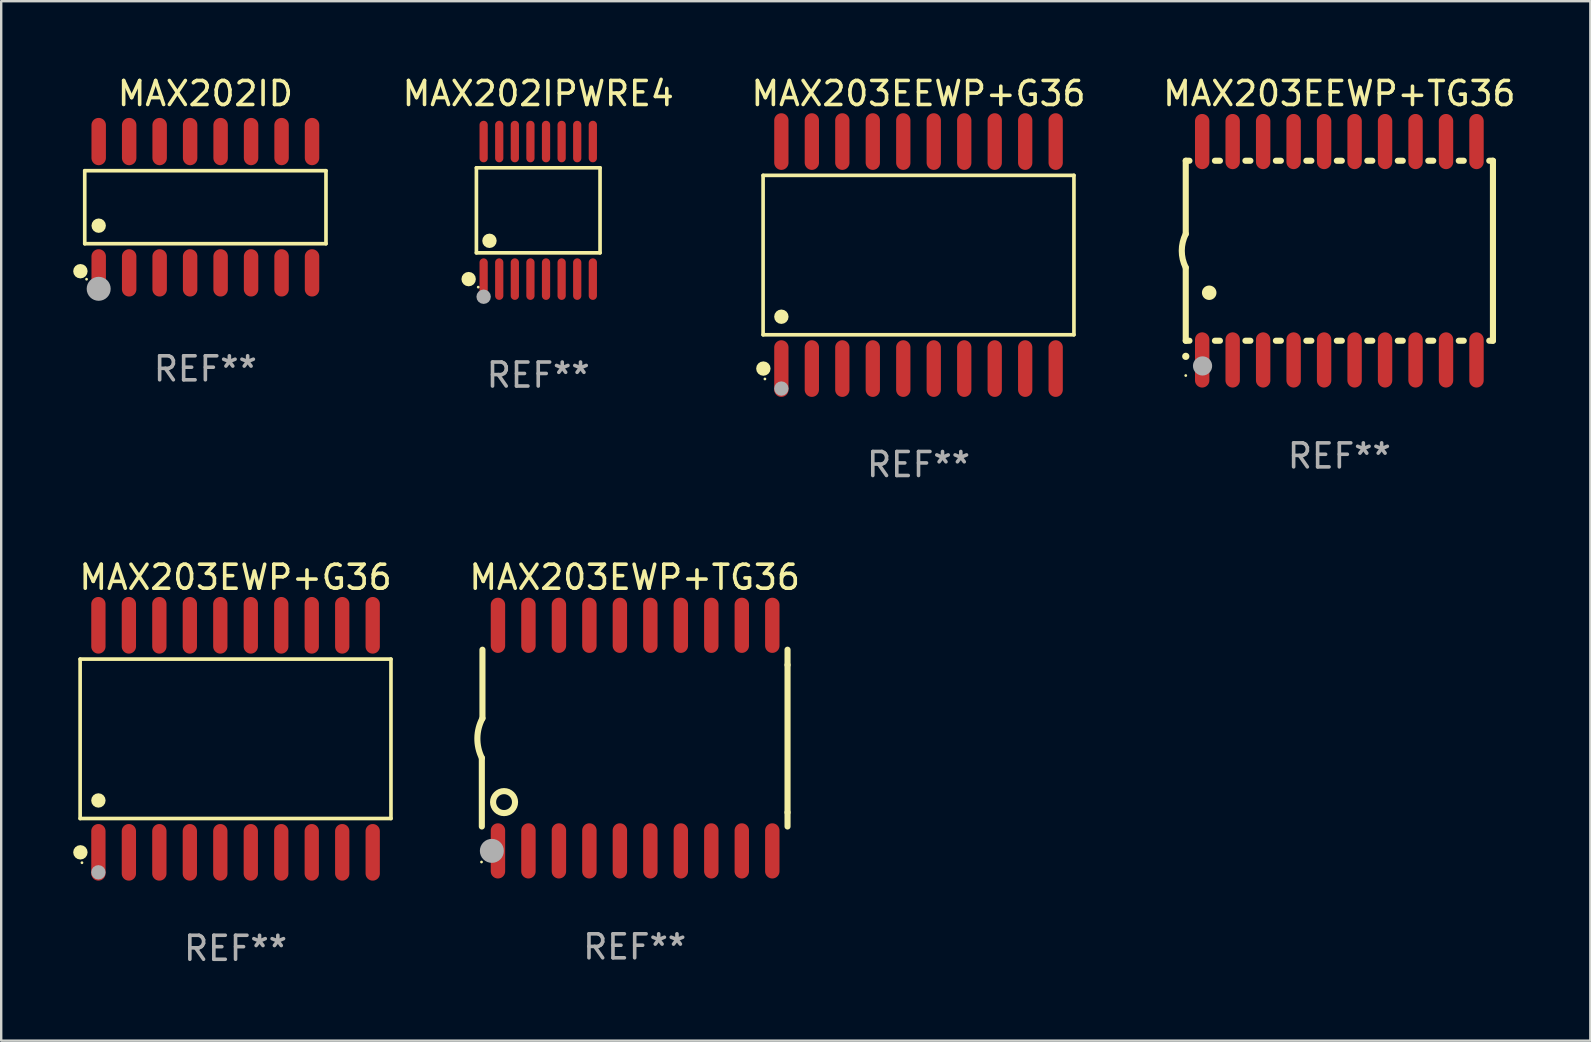
<source format=kicad_pcb>
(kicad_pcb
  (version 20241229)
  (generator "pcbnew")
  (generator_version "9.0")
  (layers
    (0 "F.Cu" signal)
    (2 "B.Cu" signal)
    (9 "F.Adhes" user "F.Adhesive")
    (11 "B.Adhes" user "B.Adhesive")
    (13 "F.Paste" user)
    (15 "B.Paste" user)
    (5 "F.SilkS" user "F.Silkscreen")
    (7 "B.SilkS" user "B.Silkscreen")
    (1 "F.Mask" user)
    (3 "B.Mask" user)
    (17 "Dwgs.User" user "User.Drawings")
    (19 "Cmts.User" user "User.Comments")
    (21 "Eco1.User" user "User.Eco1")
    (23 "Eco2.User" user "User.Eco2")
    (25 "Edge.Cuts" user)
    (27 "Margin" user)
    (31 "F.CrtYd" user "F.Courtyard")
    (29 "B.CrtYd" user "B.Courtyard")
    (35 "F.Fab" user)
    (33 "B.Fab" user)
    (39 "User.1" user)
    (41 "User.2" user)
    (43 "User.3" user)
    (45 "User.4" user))
  (footprint "MAX202ID"
    (layer "F.Cu")
    (at 5.507 5.584)
    (property "Reference" "MAX202ID" (at 0 -4.736 0) (layer "F.SilkS") (effects (font (size 1 1) (thickness 0.15))))
    (attr through_hole)
    (fp_line (start -5.026 -1.521) (end 5.026 -1.521) (stroke (width 0.152) (type solid)) (layer "F.SilkS"))
    (fp_line (start -5.026 1.521) (end -5.026 -1.521) (stroke (width 0.152) (type solid)) (layer "F.SilkS"))
    (fp_line (start 5.026 -1.521) (end 5.026 1.521) (stroke (width 0.152) (type solid)) (layer "F.SilkS"))
    (fp_line (start 5.026 1.521) (end -5.026 1.521) (stroke (width 0.152) (type solid)) (layer "F.SilkS"))
    (fp_circle (center -5.207 2.667) (end -5.057 2.667) (stroke (width 0.3) (type solid)) (fill no) (layer "F.SilkS"))
    (fp_circle (center -4.95 3) (end -4.92 3) (stroke (width 0.06) (type solid)) (fill no) (layer "F.SilkS"))
    (fp_circle (center -4.445 0.769) (end -4.295 0.769) (stroke (width 0.3) (type solid)) (fill no) (layer "F.SilkS"))
    (fp_circle (center -4.445 3.4) (end -4.195 3.4) (stroke (width 0.5) (type solid)) (fill no) (layer "F.Fab"))
    (fp_text user "REF**" (at 0 6.736 0) (layer "F.Fab") (effects (font (size 1 1) (thickness 0.15))))
    (pad "1" smd oval (at -4.445 2.736) (size 0.602 1.971) (layers "F.Cu" "F.Mask" "F.Paste"))
    (pad "2" smd oval (at -3.175 2.736) (size 0.602 1.971) (layers "F.Cu" "F.Mask" "F.Paste"))
    (pad "3" smd oval (at -1.905 2.736) (size 0.602 1.971) (layers "F.Cu" "F.Mask" "F.Paste"))
    (pad "4" smd oval (at -0.635 2.736) (size 0.602 1.971) (layers "F.Cu" "F.Mask" "F.Paste"))
    (pad "5" smd oval (at 0.635 2.736) (size 0.602 1.971) (layers "F.Cu" "F.Mask" "F.Paste"))
    (pad "6" smd oval (at 1.905 2.736) (size 0.602 1.971) (layers "F.Cu" "F.Mask" "F.Paste"))
    (pad "7" smd oval (at 3.175 2.736) (size 0.602 1.971) (layers "F.Cu" "F.Mask" "F.Paste"))
    (pad "8" smd oval (at 4.445 2.736) (size 0.602 1.971) (layers "F.Cu" "F.Mask" "F.Paste"))
    (pad "9" smd oval (at 4.445 -2.736) (size 0.602 1.971) (layers "F.Cu" "F.Mask" "F.Paste"))
    (pad "10" smd oval (at 3.175 -2.736) (size 0.602 1.971) (layers "F.Cu" "F.Mask" "F.Paste"))
    (pad "11" smd oval (at 1.905 -2.736) (size 0.602 1.971) (layers "F.Cu" "F.Mask" "F.Paste"))
    (pad "12" smd oval (at 0.635 -2.736) (size 0.602 1.971) (layers "F.Cu" "F.Mask" "F.Paste"))
    (pad "13" smd oval (at -0.635 -2.736) (size 0.602 1.971) (layers "F.Cu" "F.Mask" "F.Paste"))
    (pad "14" smd oval (at -1.905 -2.736) (size 0.602 1.971) (layers "F.Cu" "F.Mask" "F.Paste"))
    (pad "15" smd oval (at -3.175 -2.736) (size 0.602 1.971) (layers "F.Cu" "F.Mask" "F.Paste"))
    (pad "16" smd oval (at -4.445 -2.736) (size 0.602 1.971) (layers "F.Cu" "F.Mask" "F.Paste")))
  (footprint "MAX203EWP+TG36"
    (layer "F.Cu")
    (at 23.396 27.705)
    (property "Reference" "MAX203EWP+TG36" (at 0 -6.7 0) (layer "F.SilkS") (effects (font (size 1 1) (thickness 0.15))))
    (attr through_hole)
    (fp_line (start -6.369 0.826) (end -6.369 3.683) (stroke (width 0.254) (type solid)) (layer "F.SilkS"))
    (fp_line (start -6.343 -0.825) (end -6.343 -3.683) (stroke (width 0.254) (type solid)) (layer "F.SilkS"))
    (fp_line (start 6.369 -3.048) (end 6.369 -3.683) (stroke (width 0.254) (type solid)) (layer "F.SilkS"))
    (fp_line (start 6.369 -3.048) (end 6.369 3.096) (stroke (width 0.254) (type solid)) (layer "F.SilkS"))
    (fp_line (start 6.369 3.096) (end 6.369 3.683) (stroke (width 0.254) (type solid)) (layer "F.SilkS"))
    (fp_arc (start -6.36853 0.825552) (mid -6.554743 -0.00301) (end -6.343129 -0.825451) (stroke (width 0.254001) (type solid)) (layer "F.SilkS"))
    (fp_circle (center -6.382 5.163) (end -6.352 5.163) (stroke (width 0.06) (type solid)) (fill no) (layer "F.SilkS"))
    (fp_circle (center -5.443 2.667) (end -4.985 2.667) (stroke (width 0.254) (type solid)) (fill no) (layer "F.SilkS"))
    (fp_circle (center -5.951 4.699) (end -5.701 4.699) (stroke (width 0.5) (type solid)) (fill no) (layer "F.Fab"))
    (fp_text user "REF**" (at 0 8.7 0) (layer "F.Fab") (effects (font (size 1 1) (thickness 0.15))))
    (pad "1" smd oval (at -5.697 4.7 180) (size 0.6 2.3) (layers "F.Cu" "F.Mask" "F.Paste"))
    (pad "2" smd oval (at -4.427 4.7 180) (size 0.6 2.3) (layers "F.Cu" "F.Mask" "F.Paste"))
    (pad "3" smd oval (at -3.157 4.7 180) (size 0.6 2.3) (layers "F.Cu" "F.Mask" "F.Paste"))
    (pad "4" smd oval (at -1.887 4.7 180) (size 0.6 2.3) (layers "F.Cu" "F.Mask" "F.Paste"))
    (pad "5" smd oval (at -0.617 4.7 180) (size 0.6 2.3) (layers "F.Cu" "F.Mask" "F.Paste"))
    (pad "6" smd oval (at 0.653 4.7 180) (size 0.6 2.3) (layers "F.Cu" "F.Mask" "F.Paste"))
    (pad "7" smd oval (at 1.923 4.7 180) (size 0.6 2.3) (layers "F.Cu" "F.Mask" "F.Paste"))
    (pad "8" smd oval (at 3.193 4.7 180) (size 0.6 2.3) (layers "F.Cu" "F.Mask" "F.Paste"))
    (pad "9" smd oval (at 4.463 4.7 180) (size 0.6 2.3) (layers "F.Cu" "F.Mask" "F.Paste"))
    (pad "10" smd oval (at 5.734 4.7 180) (size 0.6 2.3) (layers "F.Cu" "F.Mask" "F.Paste"))
    (pad "11" smd oval (at 5.734 -4.7 180) (size 0.6 2.3) (layers "F.Cu" "F.Mask" "F.Paste"))
    (pad "12" smd oval (at 4.463 -4.7 180) (size 0.6 2.3) (layers "F.Cu" "F.Mask" "F.Paste"))
    (pad "13" smd oval (at 3.193 -4.7 180) (size 0.6 2.3) (layers "F.Cu" "F.Mask" "F.Paste"))
    (pad "14" smd oval (at 1.923 -4.7 180) (size 0.6 2.3) (layers "F.Cu" "F.Mask" "F.Paste"))
    (pad "15" smd oval (at 0.653 -4.7 180) (size 0.6 2.3) (layers "F.Cu" "F.Mask" "F.Paste"))
    (pad "16" smd oval (at -0.617 -4.7 180) (size 0.6 2.3) (layers "F.Cu" "F.Mask" "F.Paste"))
    (pad "17" smd oval (at -1.887 -4.7 180) (size 0.6 2.3) (layers "F.Cu" "F.Mask" "F.Paste"))
    (pad "18" smd oval (at -3.157 -4.7 180) (size 0.6 2.3) (layers "F.Cu" "F.Mask" "F.Paste"))
    (pad "19" smd oval (at -4.427 -4.7 180) (size 0.6 2.3) (layers "F.Cu" "F.Mask" "F.Paste"))
    (pad "20" smd oval (at -5.697 -4.7 180) (size 0.6 2.3) (layers "F.Cu" "F.Mask" "F.Paste")))
  (footprint "MAX202IPWRE4"
    (layer "F.Cu")
    (at 19.377 5.714)
    (property "Reference" "MAX202IPWRE4" (at 0 -4.866 0) (layer "F.SilkS") (effects (font (size 1 1) (thickness 0.15))))
    (attr through_hole)
    (fp_line (start -2.576 -1.772) (end 2.576 -1.772) (stroke (width 0.152) (type solid)) (layer "F.SilkS"))
    (fp_line (start -2.576 1.771) (end -2.576 -1.772) (stroke (width 0.152) (type solid)) (layer "F.SilkS"))
    (fp_line (start 2.576 -1.772) (end 2.576 1.771) (stroke (width 0.152) (type solid)) (layer "F.SilkS"))
    (fp_line (start 2.576 1.771) (end -2.576 1.771) (stroke (width 0.152) (type solid)) (layer "F.SilkS"))
    (fp_circle (center -2.899 2.866) (end -2.749 2.866) (stroke (width 0.3) (type solid)) (fill no) (layer "F.SilkS"))
    (fp_circle (center -2.5 3.2) (end -2.47 3.2) (stroke (width 0.06) (type solid)) (fill no) (layer "F.SilkS"))
    (fp_circle (center -2.032 1.27) (end -1.882 1.27) (stroke (width 0.3) (type solid)) (fill no) (layer "F.SilkS"))
    (fp_circle (center -2.275 3.6) (end -2.125 3.6) (stroke (width 0.3) (type solid)) (fill no) (layer "F.Fab"))
    (fp_text user "REF**" (at 0 6.866 0) (layer "F.Fab") (effects (font (size 1 1) (thickness 0.15))))
    (pad "1" smd oval (at -2.275 2.866) (size 0.343 1.731) (layers "F.Cu" "F.Mask" "F.Paste"))
    (pad "2" smd oval (at -1.625 2.866) (size 0.343 1.731) (layers "F.Cu" "F.Mask" "F.Paste"))
    (pad "3" smd oval (at -0.975 2.866) (size 0.343 1.731) (layers "F.Cu" "F.Mask" "F.Paste"))
    (pad "4" smd oval (at -0.325 2.866) (size 0.343 1.731) (layers "F.Cu" "F.Mask" "F.Paste"))
    (pad "5" smd oval (at 0.325 2.866) (size 0.343 1.731) (layers "F.Cu" "F.Mask" "F.Paste"))
    (pad "6" smd oval (at 0.975 2.866) (size 0.343 1.731) (layers "F.Cu" "F.Mask" "F.Paste"))
    (pad "7" smd oval (at 1.625 2.866) (size 0.343 1.731) (layers "F.Cu" "F.Mask" "F.Paste"))
    (pad "8" smd oval (at 2.275 2.866) (size 0.343 1.731) (layers "F.Cu" "F.Mask" "F.Paste"))
    (pad "9" smd oval (at 2.275 -2.866) (size 0.343 1.731) (layers "F.Cu" "F.Mask" "F.Paste"))
    (pad "10" smd oval (at 1.625 -2.866) (size 0.343 1.731) (layers "F.Cu" "F.Mask" "F.Paste"))
    (pad "11" smd oval (at 0.975 -2.866) (size 0.343 1.731) (layers "F.Cu" "F.Mask" "F.Paste"))
    (pad "12" smd oval (at 0.325 -2.866) (size 0.343 1.731) (layers "F.Cu" "F.Mask" "F.Paste"))
    (pad "13" smd oval (at -0.325 -2.866) (size 0.343 1.731) (layers "F.Cu" "F.Mask" "F.Paste"))
    (pad "14" smd oval (at -0.975 -2.866) (size 0.343 1.731) (layers "F.Cu" "F.Mask" "F.Paste"))
    (pad "15" smd oval (at -1.625 -2.866) (size 0.343 1.731) (layers "F.Cu" "F.Mask" "F.Paste"))
    (pad "16" smd oval (at -2.275 -2.866) (size 0.343 1.731) (layers "F.Cu" "F.Mask" "F.Paste")))
  (footprint "MAX203EWP+G36"
    (layer "F.Cu")
    (at 6.765 27.735)
    (property "Reference" "MAX203EWP+G36" (at 0 -6.73 0) (layer "F.SilkS") (effects (font (size 1 1) (thickness 0.15))))
    (attr through_hole)
    (fp_line (start -6.476 -3.321) (end 6.476 -3.321) (stroke (width 0.152) (type solid)) (layer "F.SilkS"))
    (fp_line (start -6.476 3.321) (end -6.476 -3.321) (stroke (width 0.152) (type solid)) (layer "F.SilkS"))
    (fp_line (start 6.476 -3.321) (end 6.476 3.321) (stroke (width 0.152) (type solid)) (layer "F.SilkS"))
    (fp_line (start 6.476 3.321) (end -6.476 3.321) (stroke (width 0.152) (type solid)) (layer "F.SilkS"))
    (fp_circle (center -6.465 4.73) (end -6.315 4.73) (stroke (width 0.3) (type solid)) (fill no) (layer "F.SilkS"))
    (fp_circle (center -6.4 5.163) (end -6.37 5.163) (stroke (width 0.06) (type solid)) (fill no) (layer "F.SilkS"))
    (fp_circle (center -5.715 2.569) (end -5.565 2.569) (stroke (width 0.3) (type solid)) (fill no) (layer "F.SilkS"))
    (fp_circle (center -5.715 5.563) (end -5.565 5.563) (stroke (width 0.3) (type solid)) (fill no) (layer "F.Fab"))
    (fp_text user "REF**" (at 0 8.73 0) (layer "F.Fab") (effects (font (size 1 1) (thickness 0.15))))
    (pad "1" smd oval (at -5.715 4.73) (size 0.595 2.36) (layers "F.Cu" "F.Mask" "F.Paste"))
    (pad "2" smd oval (at -4.445 4.73) (size 0.595 2.36) (layers "F.Cu" "F.Mask" "F.Paste"))
    (pad "3" smd oval (at -3.175 4.73) (size 0.595 2.36) (layers "F.Cu" "F.Mask" "F.Paste"))
    (pad "4" smd oval (at -1.905 4.73) (size 0.595 2.36) (layers "F.Cu" "F.Mask" "F.Paste"))
    (pad "5" smd oval (at -0.635 4.73) (size 0.595 2.36) (layers "F.Cu" "F.Mask" "F.Paste"))
    (pad "6" smd oval (at 0.635 4.73) (size 0.595 2.36) (layers "F.Cu" "F.Mask" "F.Paste"))
    (pad "7" smd oval (at 1.905 4.73) (size 0.595 2.36) (layers "F.Cu" "F.Mask" "F.Paste"))
    (pad "8" smd oval (at 3.175 4.73) (size 0.595 2.36) (layers "F.Cu" "F.Mask" "F.Paste"))
    (pad "9" smd oval (at 4.445 4.73) (size 0.595 2.36) (layers "F.Cu" "F.Mask" "F.Paste"))
    (pad "10" smd oval (at 5.715 4.73) (size 0.595 2.36) (layers "F.Cu" "F.Mask" "F.Paste"))
    (pad "11" smd oval (at 5.715 -4.73) (size 0.595 2.36) (layers "F.Cu" "F.Mask" "F.Paste"))
    (pad "12" smd oval (at 4.445 -4.73) (size 0.595 2.36) (layers "F.Cu" "F.Mask" "F.Paste"))
    (pad "13" smd oval (at 3.175 -4.73) (size 0.595 2.36) (layers "F.Cu" "F.Mask" "F.Paste"))
    (pad "14" smd oval (at 1.905 -4.73) (size 0.595 2.36) (layers "F.Cu" "F.Mask" "F.Paste"))
    (pad "15" smd oval (at 0.635 -4.73) (size 0.595 2.36) (layers "F.Cu" "F.Mask" "F.Paste"))
    (pad "16" smd oval (at -0.635 -4.73) (size 0.595 2.36) (layers "F.Cu" "F.Mask" "F.Paste"))
    (pad "17" smd oval (at -1.905 -4.73) (size 0.595 2.36) (layers "F.Cu" "F.Mask" "F.Paste"))
    (pad "18" smd oval (at -3.175 -4.73) (size 0.595 2.36) (layers "F.Cu" "F.Mask" "F.Paste"))
    (pad "19" smd oval (at -4.445 -4.73) (size 0.595 2.36) (layers "F.Cu" "F.Mask" "F.Paste"))
    (pad "20" smd oval (at -5.715 -4.73) (size 0.595 2.36) (layers "F.Cu" "F.Mask" "F.Paste")))
  (footprint "MAX203EEWP+G36"
    (layer "F.Cu")
    (at 35.223 7.578)
    (property "Reference" "MAX203EEWP+G36" (at 0 -6.73 0) (layer "F.SilkS") (effects (font (size 1 1) (thickness 0.15))))
    (attr through_hole)
    (fp_line (start -6.476 -3.321) (end 6.476 -3.321) (stroke (width 0.152) (type solid)) (layer "F.SilkS"))
    (fp_line (start -6.476 3.321) (end -6.476 -3.321) (stroke (width 0.152) (type solid)) (layer "F.SilkS"))
    (fp_line (start 6.476 -3.321) (end 6.476 3.321) (stroke (width 0.152) (type solid)) (layer "F.SilkS"))
    (fp_line (start 6.476 3.321) (end -6.476 3.321) (stroke (width 0.152) (type solid)) (layer "F.SilkS"))
    (fp_circle (center -6.465 4.73) (end -6.315 4.73) (stroke (width 0.3) (type solid)) (fill no) (layer "F.SilkS"))
    (fp_circle (center -6.4 5.163) (end -6.37 5.163) (stroke (width 0.06) (type solid)) (fill no) (layer "F.SilkS"))
    (fp_circle (center -5.715 2.569) (end -5.565 2.569) (stroke (width 0.3) (type solid)) (fill no) (layer "F.SilkS"))
    (fp_circle (center -5.715 5.563) (end -5.565 5.563) (stroke (width 0.3) (type solid)) (fill no) (layer "F.Fab"))
    (fp_text user "REF**" (at 0 8.73 0) (layer "F.Fab") (effects (font (size 1 1) (thickness 0.15))))
    (pad "1" smd oval (at -5.715 4.73) (size 0.595 2.36) (layers "F.Cu" "F.Mask" "F.Paste"))
    (pad "2" smd oval (at -4.445 4.73) (size 0.595 2.36) (layers "F.Cu" "F.Mask" "F.Paste"))
    (pad "3" smd oval (at -3.175 4.73) (size 0.595 2.36) (layers "F.Cu" "F.Mask" "F.Paste"))
    (pad "4" smd oval (at -1.905 4.73) (size 0.595 2.36) (layers "F.Cu" "F.Mask" "F.Paste"))
    (pad "5" smd oval (at -0.635 4.73) (size 0.595 2.36) (layers "F.Cu" "F.Mask" "F.Paste"))
    (pad "6" smd oval (at 0.635 4.73) (size 0.595 2.36) (layers "F.Cu" "F.Mask" "F.Paste"))
    (pad "7" smd oval (at 1.905 4.73) (size 0.595 2.36) (layers "F.Cu" "F.Mask" "F.Paste"))
    (pad "8" smd oval (at 3.175 4.73) (size 0.595 2.36) (layers "F.Cu" "F.Mask" "F.Paste"))
    (pad "9" smd oval (at 4.445 4.73) (size 0.595 2.36) (layers "F.Cu" "F.Mask" "F.Paste"))
    (pad "10" smd oval (at 5.715 4.73) (size 0.595 2.36) (layers "F.Cu" "F.Mask" "F.Paste"))
    (pad "11" smd oval (at 5.715 -4.73) (size 0.595 2.36) (layers "F.Cu" "F.Mask" "F.Paste"))
    (pad "12" smd oval (at 4.445 -4.73) (size 0.595 2.36) (layers "F.Cu" "F.Mask" "F.Paste"))
    (pad "13" smd oval (at 3.175 -4.73) (size 0.595 2.36) (layers "F.Cu" "F.Mask" "F.Paste"))
    (pad "14" smd oval (at 1.905 -4.73) (size 0.595 2.36) (layers "F.Cu" "F.Mask" "F.Paste"))
    (pad "15" smd oval (at 0.635 -4.73) (size 0.595 2.36) (layers "F.Cu" "F.Mask" "F.Paste"))
    (pad "16" smd oval (at -0.635 -4.73) (size 0.595 2.36) (layers "F.Cu" "F.Mask" "F.Paste"))
    (pad "17" smd oval (at -1.905 -4.73) (size 0.595 2.36) (layers "F.Cu" "F.Mask" "F.Paste"))
    (pad "18" smd oval (at -3.175 -4.73) (size 0.595 2.36) (layers "F.Cu" "F.Mask" "F.Paste"))
    (pad "19" smd oval (at -4.445 -4.73) (size 0.595 2.36) (layers "F.Cu" "F.Mask" "F.Paste"))
    (pad "20" smd oval (at -5.715 -4.73) (size 0.595 2.36) (layers "F.Cu" "F.Mask" "F.Paste")))
  (footprint "MAX203EEWP+TG36"
    (layer "F.Cu")
    (at 52.758 7.398)
    (property "Reference" "MAX203EEWP+TG36" (at 0 -6.55 0) (layer "F.SilkS") (effects (font (size 1 1) (thickness 0.15))))
    (attr through_hole)
    (fp_line (start -6.4 -3.75) (end -6.4 -0.7) (stroke (width 0.254) (type solid)) (layer "F.SilkS"))
    (fp_line (start -6.4 -3.75) (end -6.246 -3.75) (stroke (width 0.254) (type solid)) (layer "F.SilkS"))
    (fp_line (start -6.4 3.75) (end -6.4 0.7) (stroke (width 0.254) (type solid)) (layer "F.SilkS"))
    (fp_line (start -6.246 3.75) (end -6.4 3.75) (stroke (width 0.254) (type solid)) (layer "F.SilkS"))
    (fp_line (start -5.184 -3.75) (end -4.976 -3.75) (stroke (width 0.254) (type solid)) (layer "F.SilkS"))
    (fp_line (start -4.976 3.75) (end -5.184 3.75) (stroke (width 0.254) (type solid)) (layer "F.SilkS"))
    (fp_line (start -3.914 -3.75) (end -3.706 -3.75) (stroke (width 0.254) (type solid)) (layer "F.SilkS"))
    (fp_line (start -3.706 3.75) (end -3.914 3.75) (stroke (width 0.254) (type solid)) (layer "F.SilkS"))
    (fp_line (start -2.644 -3.75) (end -2.436 -3.75) (stroke (width 0.254) (type solid)) (layer "F.SilkS"))
    (fp_line (start -2.436 3.75) (end -2.644 3.75) (stroke (width 0.254) (type solid)) (layer "F.SilkS"))
    (fp_line (start -1.374 -3.75) (end -1.166 -3.75) (stroke (width 0.254) (type solid)) (layer "F.SilkS"))
    (fp_line (start -1.166 3.75) (end -1.374 3.75) (stroke (width 0.254) (type solid)) (layer "F.SilkS"))
    (fp_line (start -0.104 -3.75) (end 0.104 -3.75) (stroke (width 0.254) (type solid)) (layer "F.SilkS"))
    (fp_line (start 0.104 3.75) (end -0.104 3.75) (stroke (width 0.254) (type solid)) (layer "F.SilkS"))
    (fp_line (start 1.166 -3.75) (end 1.374 -3.75) (stroke (width 0.254) (type solid)) (layer "F.SilkS"))
    (fp_line (start 1.374 3.75) (end 1.166 3.75) (stroke (width 0.254) (type solid)) (layer "F.SilkS"))
    (fp_line (start 2.436 -3.75) (end 2.644 -3.75) (stroke (width 0.254) (type solid)) (layer "F.SilkS"))
    (fp_line (start 2.644 3.75) (end 2.436 3.75) (stroke (width 0.254) (type solid)) (layer "F.SilkS"))
    (fp_line (start 3.706 -3.75) (end 3.914 -3.75) (stroke (width 0.254) (type solid)) (layer "F.SilkS"))
    (fp_line (start 3.914 3.75) (end 3.706 3.75) (stroke (width 0.254) (type solid)) (layer "F.SilkS"))
    (fp_line (start 4.976 -3.75) (end 5.184 -3.75) (stroke (width 0.254) (type solid)) (layer "F.SilkS"))
    (fp_line (start 5.184 3.75) (end 4.976 3.75) (stroke (width 0.254) (type solid)) (layer "F.SilkS"))
    (fp_line (start 6.246 -3.75) (end 6.4 -3.75) (stroke (width 0.254) (type solid)) (layer "F.SilkS"))
    (fp_line (start 6.4 -3.75) (end 6.4 3.75) (stroke (width 0.254) (type solid)) (layer "F.SilkS"))
    (fp_line (start 6.4 3.75) (end 6.246 3.75) (stroke (width 0.254) (type solid)) (layer "F.SilkS"))
    (fp_arc (start -6.400812 0.701041) (mid -6.565912 0.000428) (end -6.400025 -0.7) (stroke (width 0.254001) (type solid)) (layer "F.SilkS"))
    (fp_arc (start -6.400025 4.4) (mid -6.398755 4.399995) (end -6.397485 4.4) (stroke (width 0.3) (type solid)) (layer "F.SilkS"))
    (fp_arc (start -5.425451 1.750064) (mid -5.422911 1.750053) (end -5.420371 1.750064) (stroke (width 0.6) (type solid)) (layer "F.SilkS"))
    (fp_circle (center -6.4 5.2) (end -6.37 5.2) (stroke (width 0.06) (type solid)) (fill no) (layer "F.SilkS"))
    (fp_circle (center -5.7 4.8) (end -5.5 4.8) (stroke (width 0.4) (type solid)) (fill no) (layer "F.Fab"))
    (fp_text user "REF**" (at 0 8.55 0) (layer "F.Fab") (effects (font (size 1 1) (thickness 0.15))))
    (pad "1" smd oval (at -5.715 4.55 180) (size 0.6 2.3) (layers "F.Cu" "F.Mask" "F.Paste"))
    (pad "2" smd oval (at -4.445 4.55 180) (size 0.6 2.3) (layers "F.Cu" "F.Mask" "F.Paste"))
    (pad "3" smd oval (at -3.175 4.55 180) (size 0.6 2.3) (layers "F.Cu" "F.Mask" "F.Paste"))
    (pad "4" smd oval (at -1.905 4.55 180) (size 0.6 2.3) (layers "F.Cu" "F.Mask" "F.Paste"))
    (pad "5" smd oval (at -0.635 4.55 180) (size 0.6 2.3) (layers "F.Cu" "F.Mask" "F.Paste"))
    (pad "6" smd oval (at 0.635 4.55 180) (size 0.6 2.3) (layers "F.Cu" "F.Mask" "F.Paste"))
    (pad "7" smd oval (at 1.905 4.55 180) (size 0.6 2.3) (layers "F.Cu" "F.Mask" "F.Paste"))
    (pad "8" smd oval (at 3.175 4.55 180) (size 0.6 2.3) (layers "F.Cu" "F.Mask" "F.Paste"))
    (pad "9" smd oval (at 4.445 4.55 180) (size 0.6 2.3) (layers "F.Cu" "F.Mask" "F.Paste"))
    (pad "10" smd oval (at 5.715 4.55 180) (size 0.6 2.3) (layers "F.Cu" "F.Mask" "F.Paste"))
    (pad "11" smd oval (at 5.715 -4.55 180) (size 0.6 2.3) (layers "F.Cu" "F.Mask" "F.Paste"))
    (pad "12" smd oval (at 4.445 -4.55 180) (size 0.6 2.3) (layers "F.Cu" "F.Mask" "F.Paste"))
    (pad "13" smd oval (at 3.175 -4.55 180) (size 0.6 2.3) (layers "F.Cu" "F.Mask" "F.Paste"))
    (pad "14" smd oval (at 1.905 -4.55 180) (size 0.6 2.3) (layers "F.Cu" "F.Mask" "F.Paste"))
    (pad "15" smd oval (at 0.635 -4.55 180) (size 0.6 2.3) (layers "F.Cu" "F.Mask" "F.Paste"))
    (pad "16" smd oval (at -0.635 -4.55 180) (size 0.6 2.3) (layers "F.Cu" "F.Mask" "F.Paste"))
    (pad "17" smd oval (at -1.905 -4.55 180) (size 0.6 2.3) (layers "F.Cu" "F.Mask" "F.Paste"))
    (pad "18" smd oval (at -3.175 -4.55 180) (size 0.6 2.3) (layers "F.Cu" "F.Mask" "F.Paste"))
    (pad "19" smd oval (at -4.445 -4.55 180) (size 0.6 2.3) (layers "F.Cu" "F.Mask" "F.Paste"))
    (pad "20" smd oval (at -5.715 -4.55 180) (size 0.6 2.3) (layers "F.Cu" "F.Mask" "F.Paste")))
  (gr_rect
    (start -3 -3)
    (end 63.217 40.313)
    (stroke (width 0.1) (type default))
    (fill no)
    (layer "Edge.Cuts")))
</source>
